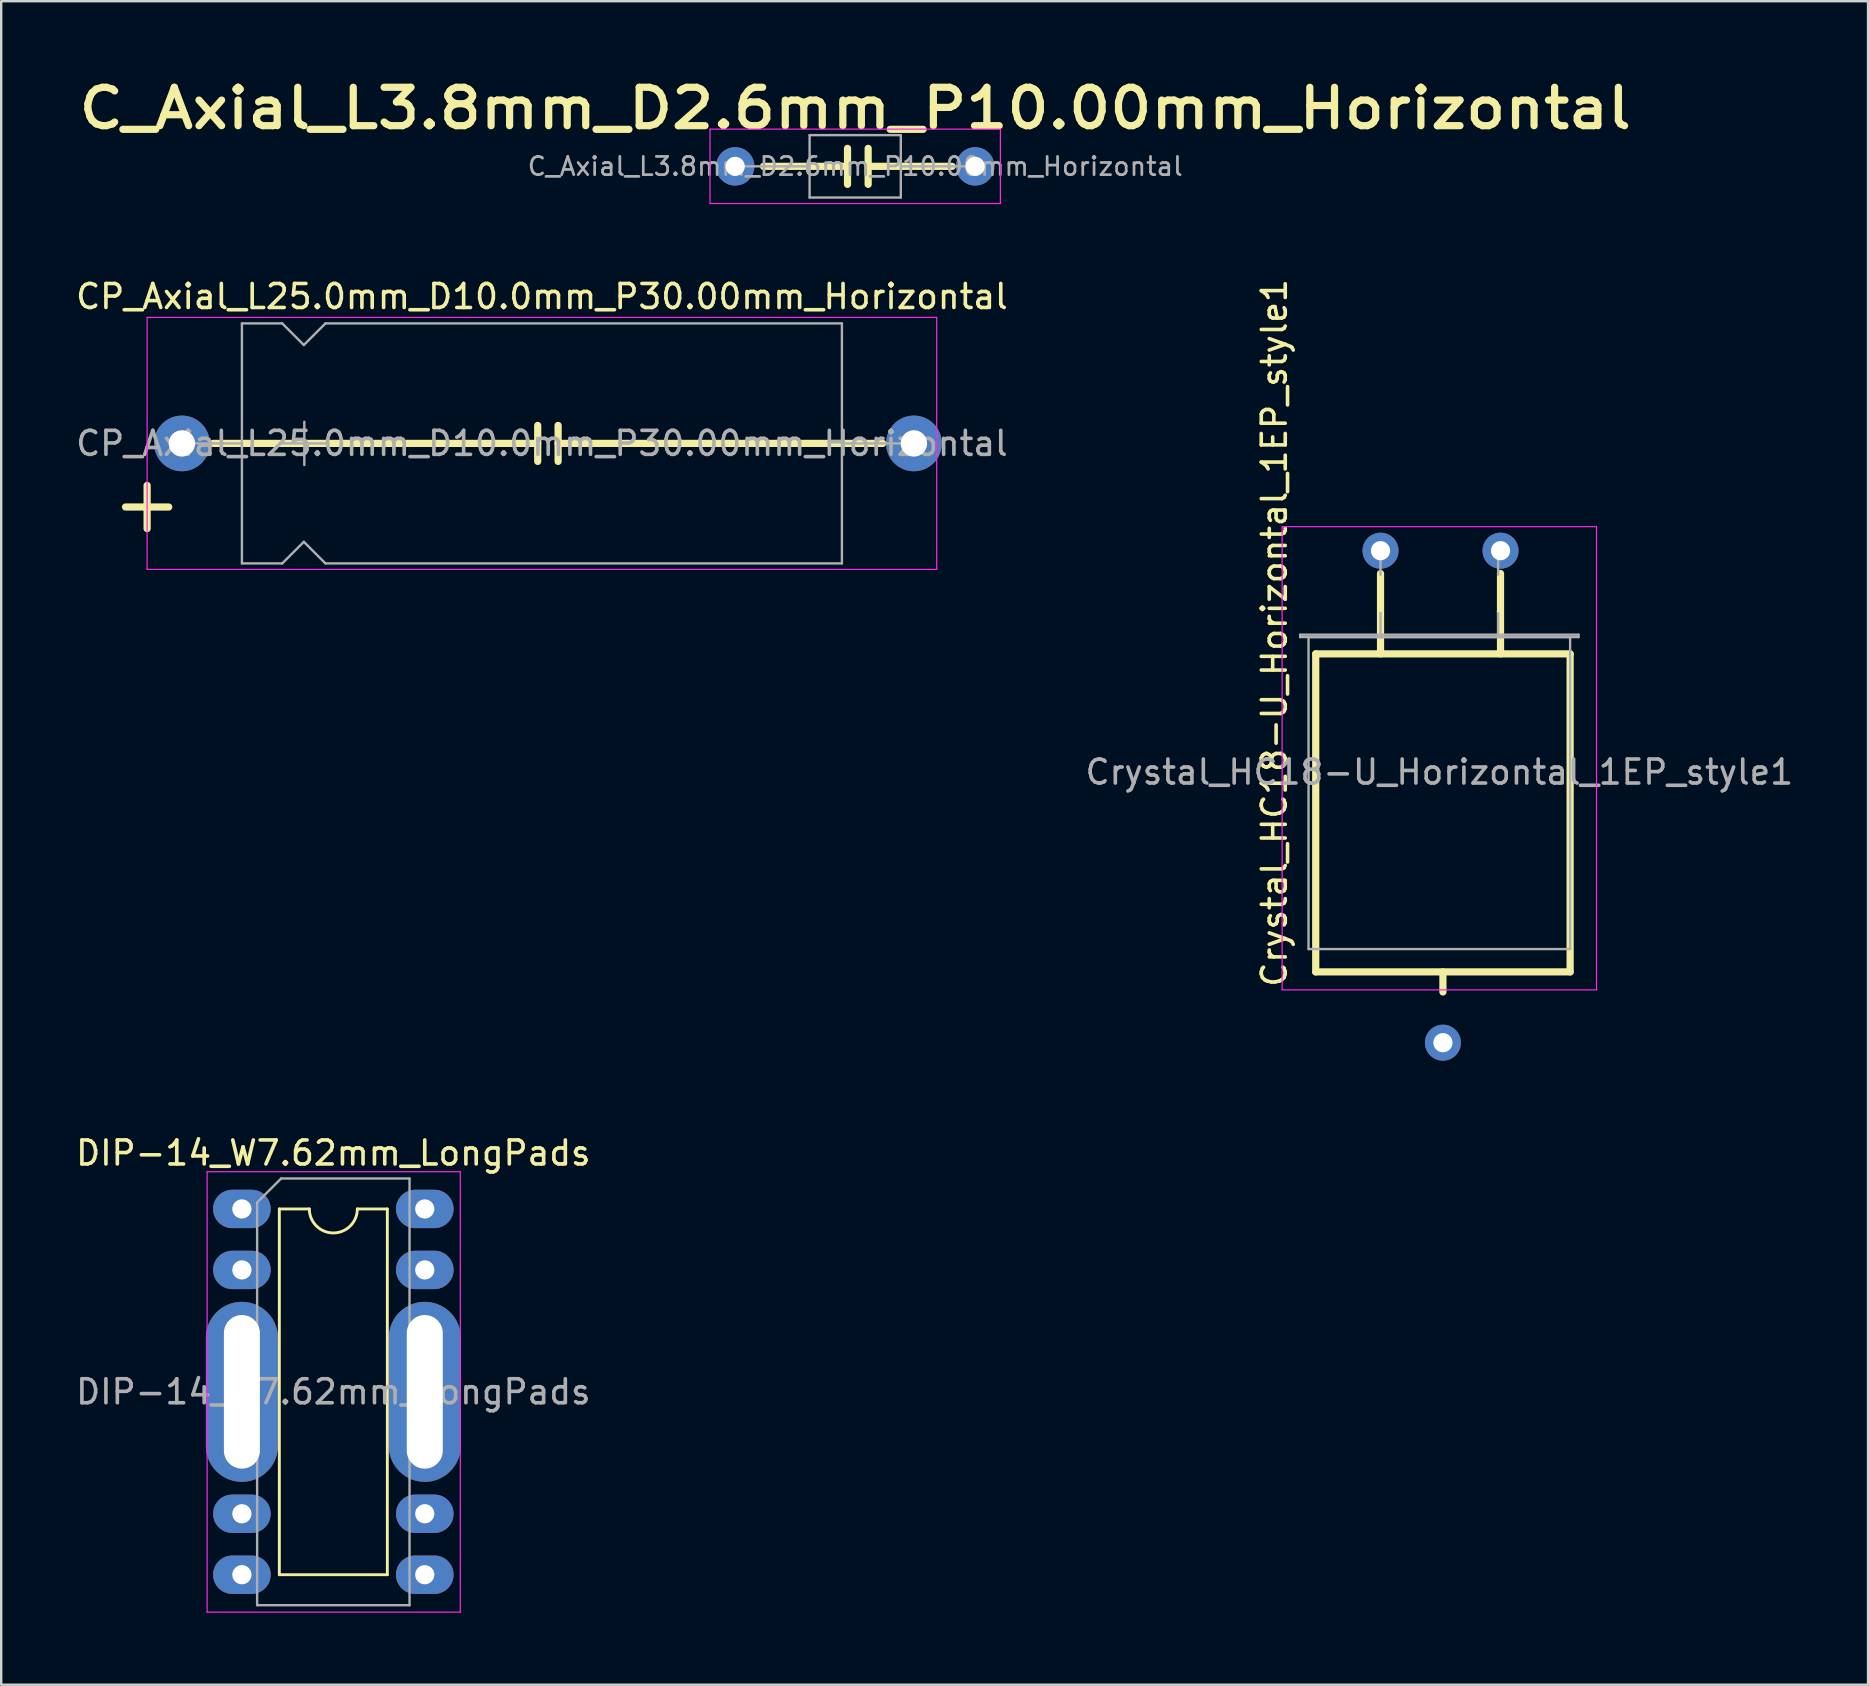
<source format=kicad_pcb>
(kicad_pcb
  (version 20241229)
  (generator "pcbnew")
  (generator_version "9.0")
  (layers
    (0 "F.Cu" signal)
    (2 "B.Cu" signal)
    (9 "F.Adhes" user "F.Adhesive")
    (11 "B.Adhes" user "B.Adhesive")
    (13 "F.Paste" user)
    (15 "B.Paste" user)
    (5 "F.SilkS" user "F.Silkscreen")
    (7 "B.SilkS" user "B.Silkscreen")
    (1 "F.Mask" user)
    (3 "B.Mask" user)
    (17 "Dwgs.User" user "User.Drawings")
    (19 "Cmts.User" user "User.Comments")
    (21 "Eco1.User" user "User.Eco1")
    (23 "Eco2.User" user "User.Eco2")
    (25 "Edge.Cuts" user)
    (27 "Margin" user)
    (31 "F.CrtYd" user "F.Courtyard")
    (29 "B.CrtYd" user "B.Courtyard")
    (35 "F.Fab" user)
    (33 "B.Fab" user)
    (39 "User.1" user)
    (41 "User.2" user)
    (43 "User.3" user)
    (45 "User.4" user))
  (footprint "Crystal_HC18-U_Horizontal_1EP_style1"
    (layer "F.Cu")
    (at 54.473 19.896)
    (property "Reference" "Crystal_HC18-U_Horizontal_1EP_style1" (at -4.425 3.425 90) (layer "F.SilkS") (effects (font (size 1 1) (thickness 0.15))))
    (attr through_hole)
    (fp_line (start -2.7 4.3) (end -2.7 17.55) (stroke (width 0.3) (type solid)) (layer "F.SilkS"))
    (fp_line (start -2.7 17.55) (end 7.9 17.55) (stroke (width 0.3) (type solid)) (layer "F.SilkS"))
    (fp_line (start 0 2.55) (end 0 2.55) (stroke (width 0.12) (type solid)) (layer "F.SilkS"))
    (fp_line (start 0 4.3) (end 0 0.95) (stroke (width 0.3) (type solid)) (layer "F.SilkS"))
    (fp_line (start 2.6 18.387) (end 2.6 17.55) (stroke (width 0.3) (type solid)) (layer "F.SilkS"))
    (fp_line (start 4.9 2.55) (end 4.9 2.55) (stroke (width 0.12) (type solid)) (layer "F.SilkS"))
    (fp_line (start 5 4.3) (end 5 0.95) (stroke (width 0.3) (type solid)) (layer "F.SilkS"))
    (fp_line (start 7.9 4.3) (end -2.7 4.3) (stroke (width 0.3) (type solid)) (layer "F.SilkS"))
    (fp_line (start 7.9 17.55) (end 7.9 4.3) (stroke (width 0.3) (type solid)) (layer "F.SilkS"))
    (fp_line (start -4.1 -1) (end -4.1 18.3) (stroke (width 0.05) (type solid)) (layer "F.CrtYd"))
    (fp_line (start -4.1 18.3) (end 9 18.3) (stroke (width 0.05) (type solid)) (layer "F.CrtYd"))
    (fp_line (start 9 -1) (end -4.1 -1) (stroke (width 0.05) (type solid)) (layer "F.CrtYd"))
    (fp_line (start 9 18.3) (end 9 -1) (stroke (width 0.05) (type solid)) (layer "F.CrtYd"))
    (fp_line (start -3.35 3.5) (end 8.25 3.5) (stroke (width 0.1) (type solid)) (layer "F.Fab"))
    (fp_line (start -3.35 3.6) (end -3.35 3.5) (stroke (width 0.1) (type solid)) (layer "F.Fab"))
    (fp_line (start -3 3.6) (end -3 16.6) (stroke (width 0.1) (type solid)) (layer "F.Fab"))
    (fp_line (start -3 16.6) (end 7.9 16.6) (stroke (width 0.1) (type solid)) (layer "F.Fab"))
    (fp_line (start 0 1) (end 0 0) (stroke (width 0.1) (type solid)) (layer "F.Fab"))
    (fp_line (start 0 3.6) (end 0 2.6) (stroke (width 0.1) (type solid)) (layer "F.Fab"))
    (fp_line (start 4.9 1) (end 4.9 0) (stroke (width 0.1) (type solid)) (layer "F.Fab"))
    (fp_line (start 4.9 3.6) (end 4.9 2.6) (stroke (width 0.1) (type solid)) (layer "F.Fab"))
    (fp_line (start 7.9 3.6) (end -3 3.6) (stroke (width 0.1) (type solid)) (layer "F.Fab"))
    (fp_line (start 7.9 16.6) (end 7.9 3.6) (stroke (width 0.1) (type solid)) (layer "F.Fab"))
    (fp_line (start 8.25 3.5) (end 8.25 3.6) (stroke (width 0.1) (type solid)) (layer "F.Fab"))
    (fp_line (start 8.25 3.6) (end -3.35 3.6) (stroke (width 0.1) (type solid)) (layer "F.Fab"))
    (fp_text user "${REFERENCE}" (at 2.45 9.225 180) (layer "F.Fab") (effects (font (size 1 1) (thickness 0.15))))
    (pad "1" thru_hole circle (at 0 0) (size 1.5 1.5) (drill 0.8) (layers "*.Cu" "*.Mask"))
    (pad "2" thru_hole circle (at 5 0) (size 1.5 1.5) (drill 0.8) (layers "*.Cu" "*.Mask"))
    (pad "3" thru_hole circle (at 2.6 20.5) (size 1.5 1.5) (drill 0.8) (layers "*.Cu" "*.Mask")))
  (footprint "DIP-14_W7.62mm_LongPads"
    (layer "F.Cu")
    (at 7.029 47.324)
    (property "Reference" "DIP-14_W7.62mm_LongPads" (at 3.81 -2.33 0) (layer "F.SilkS") (effects (font (size 1 1) (thickness 0.15))))
    (attr through_hole)
    (fp_line (start 1.56 0) (end 1.56 15.24) (stroke (width 0.12) (type solid)) (layer "F.SilkS"))
    (fp_line (start 1.56 15.24) (end 6.06 15.24) (stroke (width 0.12) (type solid)) (layer "F.SilkS"))
    (fp_line (start 2.81 0) (end 1.56 0) (stroke (width 0.12) (type solid)) (layer "F.SilkS"))
    (fp_line (start 6.06 0) (end 4.81 0) (stroke (width 0.12) (type solid)) (layer "F.SilkS"))
    (fp_line (start 6.06 15.24) (end 6.06 0) (stroke (width 0.12) (type solid)) (layer "F.SilkS"))
    (fp_arc (start 4.81 0) (mid 3.81 1) (end 2.81 0) (stroke (width 0.12) (type solid)) (layer "F.SilkS"))
    (fp_line (start -1.45 -1.55) (end -1.45 16.8) (stroke (width 0.05) (type solid)) (layer "F.CrtYd"))
    (fp_line (start -1.45 16.8) (end 9.1 16.8) (stroke (width 0.05) (type solid)) (layer "F.CrtYd"))
    (fp_line (start 9.1 -1.55) (end -1.45 -1.55) (stroke (width 0.05) (type solid)) (layer "F.CrtYd"))
    (fp_line (start 9.1 16.8) (end 9.1 -1.55) (stroke (width 0.05) (type solid)) (layer "F.CrtYd"))
    (fp_line (start 0.635 -0.27) (end 1.635 -1.27) (stroke (width 0.1) (type solid)) (layer "F.Fab"))
    (fp_line (start 0.635 16.51) (end 0.635 -0.27) (stroke (width 0.1) (type solid)) (layer "F.Fab"))
    (fp_line (start 1.635 -1.27) (end 6.985 -1.27) (stroke (width 0.1) (type solid)) (layer "F.Fab"))
    (fp_line (start 6.985 -1.27) (end 6.985 16.51) (stroke (width 0.1) (type solid)) (layer "F.Fab"))
    (fp_line (start 6.985 16.51) (end 0.635 16.51) (stroke (width 0.1) (type solid)) (layer "F.Fab"))
    (fp_text user "${REFERENCE}" (at 3.81 7.62 0) (layer "F.Fab") (effects (font (size 1 1) (thickness 0.15))))
    (pad "1" thru_hole oval (at 0 0) (size 2.4 1.6) (drill 0.8) (layers "*.Cu" "*.Mask"))
    (pad "2" thru_hole oval (at 0 2.54) (size 2.4 1.6) (drill 0.8) (layers "*.Cu" "*.Mask"))
    (pad "3" thru_hole oval (at 0 5.08) (size 2.4 1.6) (drill 0.8) (layers "*.Cu" "*.Mask"))
    (pad "4" thru_hole oval (at 0 7.62) (size 3 7.5) (drill oval 1.5 6.4) (layers "*.Cu" "*.Mask"))
    (pad "5" thru_hole oval (at 0 10.16) (size 2.4 1.6) (drill 0.8) (layers "*.Cu" "*.Mask"))
    (pad "6" thru_hole oval (at 0 12.7) (size 2.4 1.6) (drill 0.8) (layers "*.Cu" "*.Mask"))
    (pad "7" thru_hole oval (at 0 15.24) (size 2.4 1.6) (drill 0.8) (layers "*.Cu" "*.Mask"))
    (pad "8" thru_hole oval (at 7.62 15.24) (size 2.4 1.6) (drill 0.8) (layers "*.Cu" "*.Mask"))
    (pad "9" thru_hole oval (at 7.62 12.7) (size 2.4 1.6) (drill 0.8) (layers "*.Cu" "*.Mask"))
    (pad "10" thru_hole oval (at 7.62 10.16) (size 2.4 1.6) (drill 0.8) (layers "*.Cu" "*.Mask"))
    (pad "11" thru_hole oval (at 7.62 7.62) (size 3 7.5) (drill oval 1.5 6.4) (layers "*.Cu" "*.Mask"))
    (pad "12" thru_hole oval (at 7.62 5.08) (size 2.4 1.6) (drill 0.8) (layers "*.Cu" "*.Mask"))
    (pad "13" thru_hole oval (at 7.62 2.54) (size 2.4 1.6) (drill 0.8) (layers "*.Cu" "*.Mask"))
    (pad "14" thru_hole oval (at 7.62 0) (size 2.4 1.6) (drill 0.8) (layers "*.Cu" "*.Mask")))
  (footprint "C_Axial_L3.8mm_D2.6mm_P10.00mm_Horizontal"
    (layer "F.Cu")
    (at 27.584 3.882)
    (property "Reference" "C_Axial_L3.8mm_D2.6mm_P10.00mm_Horizontal" (at 5 -2.42 0) (layer "F.SilkS") (effects (font (size 1.6 1.8) (thickness 0.3) (bold yes))))
    (attr through_hole)
    (fp_line (start 1.18 0) (end 4.68 0) (stroke (width 0.3) (type solid)) (layer "F.SilkS"))
    (fp_line (start 4.68 0.75) (end 4.68 -0.75) (stroke (width 0.3) (type default)) (layer "F.SilkS"))
    (fp_line (start 5.54 0.75) (end 5.54 -0.75) (stroke (width 0.3) (type default)) (layer "F.SilkS"))
    (fp_line (start 9.04 0) (end 5.54 0) (stroke (width 0.3) (type solid)) (layer "F.SilkS"))
    (fp_line (start -1.05 -1.55) (end -1.05 1.55) (stroke (width 0.05) (type solid)) (layer "F.CrtYd"))
    (fp_line (start -1.05 1.55) (end 11.05 1.55) (stroke (width 0.05) (type solid)) (layer "F.CrtYd"))
    (fp_line (start 11.05 -1.55) (end -1.05 -1.55) (stroke (width 0.05) (type solid)) (layer "F.CrtYd"))
    (fp_line (start 11.05 1.55) (end 11.05 -1.55) (stroke (width 0.05) (type solid)) (layer "F.CrtYd"))
    (fp_line (start 0 0) (end 3.1 0) (stroke (width 0.1) (type solid)) (layer "F.Fab"))
    (fp_line (start 3.1 -1.3) (end 3.1 1.3) (stroke (width 0.1) (type solid)) (layer "F.Fab"))
    (fp_line (start 3.1 1.3) (end 6.9 1.3) (stroke (width 0.1) (type solid)) (layer "F.Fab"))
    (fp_line (start 6.9 -1.3) (end 3.1 -1.3) (stroke (width 0.1) (type solid)) (layer "F.Fab"))
    (fp_line (start 6.9 1.3) (end 6.9 -1.3) (stroke (width 0.1) (type solid)) (layer "F.Fab"))
    (fp_line (start 10 0) (end 6.9 0) (stroke (width 0.1) (type solid)) (layer "F.Fab"))
    (fp_text user "${REFERENCE}" (at 5 0 0) (layer "F.Fab") (effects (font (size 0.76 0.76) (thickness 0.114))))
    (pad "1" thru_hole circle (at 0 0) (size 1.6 1.6) (drill 0.8) (layers "*.Cu" "*.Mask"))
    (pad "2" thru_hole oval (at 10 0) (size 1.6 1.6) (drill 0.8) (layers "*.Cu" "*.Mask")))
  (footprint "CP_Axial_L25.0mm_D10.0mm_P30.00mm_Horizontal"
    (layer "F.Cu")
    (at 4.53 15.426)
    (property "Reference" "CP_Axial_L25.0mm_D10.0mm_P30.00mm_Horizontal" (at 15 -6.12 0) (layer "F.SilkS") (effects (font (size 1 1) (thickness 0.15))))
    (attr through_hole)
    (fp_line (start -2.35 2.65) (end -0.55 2.65) (stroke (width 0.3) (type solid)) (layer "F.SilkS"))
    (fp_line (start -1.45 1.75) (end -1.45 3.55) (stroke (width 0.3) (type solid)) (layer "F.SilkS"))
    (fp_line (start 1.3 0) (end 14.825 0) (stroke (width 0.3) (type solid)) (layer "F.SilkS"))
    (fp_line (start 14.825 0.75) (end 14.825 -0.75) (stroke (width 0.3) (type default)) (layer "F.SilkS"))
    (fp_line (start 15.675 0.75) (end 15.675 -0.75) (stroke (width 0.3) (type default)) (layer "F.SilkS"))
    (fp_line (start 29.2 0) (end 15.675 0) (stroke (width 0.3) (type solid)) (layer "F.SilkS"))
    (fp_line (start -1.45 -5.25) (end -1.45 5.25) (stroke (width 0.05) (type solid)) (layer "F.CrtYd"))
    (fp_line (start -1.45 5.25) (end 31.45 5.25) (stroke (width 0.05) (type solid)) (layer "F.CrtYd"))
    (fp_line (start 31.45 -5.25) (end -1.45 -5.25) (stroke (width 0.05) (type solid)) (layer "F.CrtYd"))
    (fp_line (start 31.45 5.25) (end 31.45 -5.25) (stroke (width 0.05) (type solid)) (layer "F.CrtYd"))
    (fp_line (start 0 0) (end 2.5 0) (stroke (width 0.1) (type solid)) (layer "F.Fab"))
    (fp_line (start 2.5 -5) (end 2.5 5) (stroke (width 0.1) (type solid)) (layer "F.Fab"))
    (fp_line (start 2.5 -5) (end 4.18 -5) (stroke (width 0.1) (type solid)) (layer "F.Fab"))
    (fp_line (start 2.5 5) (end 4.18 5) (stroke (width 0.1) (type solid)) (layer "F.Fab"))
    (fp_line (start 4.18 -5) (end 5.08 -4.1) (stroke (width 0.1) (type solid)) (layer "F.Fab"))
    (fp_line (start 4.18 5) (end 5.08 4.1) (stroke (width 0.1) (type solid)) (layer "F.Fab"))
    (fp_line (start 4.2 0) (end 6 0) (stroke (width 0.1) (type solid)) (layer "F.Fab"))
    (fp_line (start 5.08 -4.1) (end 5.98 -5) (stroke (width 0.1) (type solid)) (layer "F.Fab"))
    (fp_line (start 5.08 4.1) (end 5.98 5) (stroke (width 0.1) (type solid)) (layer "F.Fab"))
    (fp_line (start 5.1 -0.9) (end 5.1 0.9) (stroke (width 0.1) (type solid)) (layer "F.Fab"))
    (fp_line (start 5.98 -5) (end 27.5 -5) (stroke (width 0.1) (type solid)) (layer "F.Fab"))
    (fp_line (start 5.98 5) (end 27.5 5) (stroke (width 0.1) (type solid)) (layer "F.Fab"))
    (fp_line (start 27.5 -5) (end 27.5 5) (stroke (width 0.1) (type solid)) (layer "F.Fab"))
    (fp_line (start 30 0) (end 27.5 0) (stroke (width 0.1) (type solid)) (layer "F.Fab"))
    (fp_text user "${REFERENCE}" (at 15 0 0) (layer "F.Fab") (effects (font (size 1 1) (thickness 0.15))))
    (pad "1" thru_hole oval (at 0 0) (size 2.32 2.32) (drill 1.1) (layers "*.Cu" "*.Mask"))
    (pad "2" thru_hole oval (at 30.5 0) (size 2.32 2.32) (drill 1.1) (layers "*.Cu" "*.Mask")))
  (gr_rect
    (start -3 -3)
    (end 74.786 67.149)
    (stroke (width 0.1) (type default))
    (fill no)
    (layer "Edge.Cuts")))
</source>
